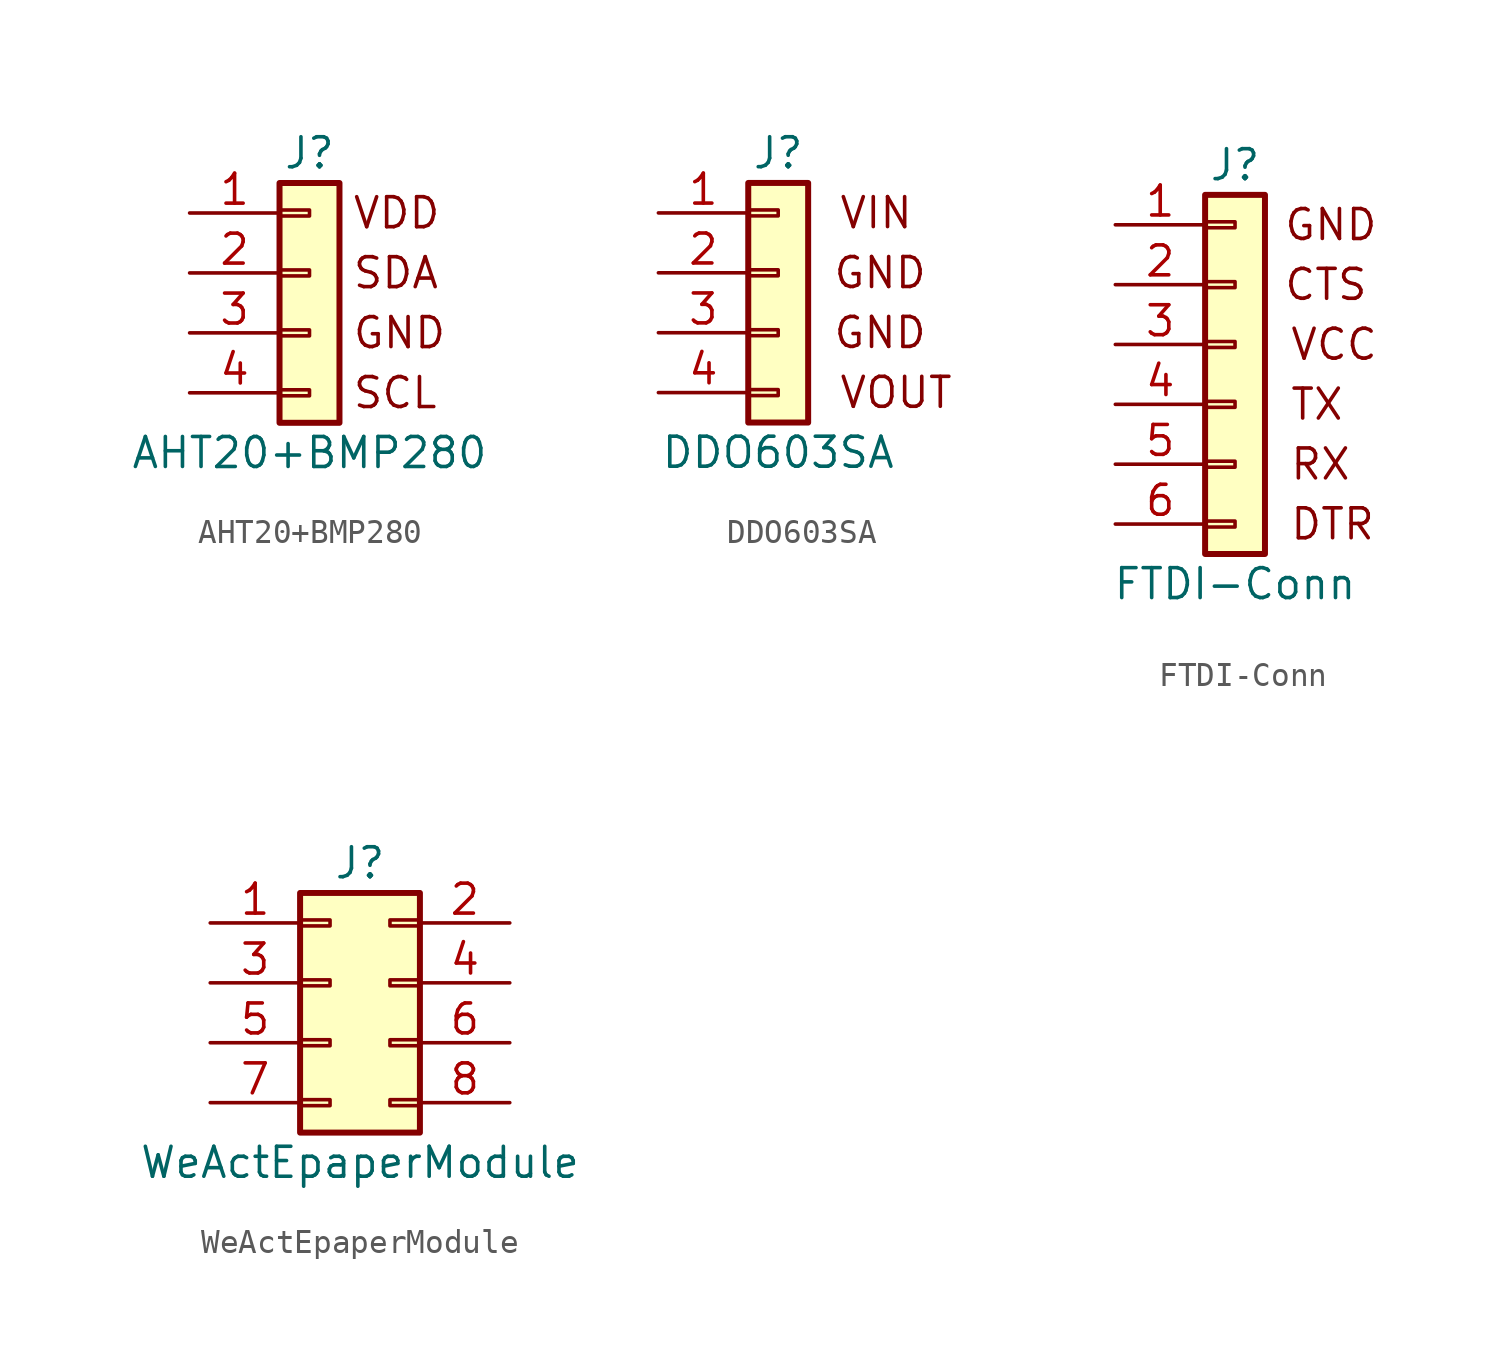
<source format=kicad_sym>
(kicad_symbol_lib
  (version 20241209)
  (generator "kicad_symbol_editor")
  (generator_version "9.0")
  (symbol "AHT20+BMP280"
    (pin_names
      (offset 1.016)
      (hide yes))
    (property "Reference" "J"
      (at 0 5.08 0)
      (effects (font (size 1.27 1.27))))
    (property "Value" "AHT20+BMP280"
      (at 0 -7.62 0)
      (effects (font (size 1.27 1.27))))
    (symbol "AHT20+BMP280_1_1"
      (rectangle (start -1.27 3.81) (end 1.27 -6.35) (stroke (width 0.254) (type default)) (fill (type background)))
      (rectangle (start -1.27 2.667) (end 0 2.413) (stroke (width 0.152) (type default)) (fill (type none)))
      (rectangle (start -1.27 0.127) (end 0 -0.127) (stroke (width 0.152) (type default)) (fill (type none)))
      (rectangle (start -1.27 -2.413) (end 0 -2.667) (stroke (width 0.152) (type default)) (fill (type none)))
      (rectangle (start -1.27 -4.953) (end 0 -5.207) (stroke (width 0.152) (type default)) (fill (type none)))
      (text "VDD" (at 1.778 2.54 0) (effects (font (size 1.27 1.27)) (justify left)))
      (text "SDA" (at 1.778 0 0) (effects (font (size 1.27 1.27)) (justify left)))
      (text "GND" (at 1.778 -2.54 0) (effects (font (size 1.27 1.27)) (justify left)))
      (text "SCL" (at 1.778 -5.08 0) (effects (font (size 1.27 1.27)) (justify left)))
      (pin passive line (at -5.08 2.54 0) (length 3.81) (name "Pin_1" (effects (font (size 1.27 1.27)))) (number "1" (effects (font (size 1.27 1.27)))))
      (pin passive line (at -5.08 0 0) (length 3.81) (name "Pin_2" (effects (font (size 1.27 1.27)))) (number "2" (effects (font (size 1.27 1.27)))))
      (pin passive line (at -5.08 -2.54 0) (length 3.81) (name "Pin_3" (effects (font (size 1.27 1.27)))) (number "3" (effects (font (size 1.27 1.27)))))
      (pin passive line (at -5.08 -5.08 0) (length 3.81) (name "Pin_4" (effects (font (size 1.27 1.27)))) (number "4" (effects (font (size 1.27 1.27)))))))
  (symbol "DDO603SA"
    (pin_names
      (offset 1.016)
      (hide yes))
    (property "Reference" "J"
      (at 0 5.08 0)
      (effects (font (size 1.27 1.27))))
    (property "Value" "DDO603SA"
      (at 0 -7.62 0)
      (effects (font (size 1.27 1.27))))
    (symbol "DDO603SA_1_1"
      (rectangle (start -1.27 3.81) (end 1.27 -6.35) (stroke (width 0.254) (type default)) (fill (type background)))
      (rectangle (start -1.27 2.667) (end 0 2.413) (stroke (width 0.152) (type default)) (fill (type none)))
      (rectangle (start -1.27 0.127) (end 0 -0.127) (stroke (width 0.152) (type default)) (fill (type none)))
      (rectangle (start -1.27 -2.413) (end 0 -2.667) (stroke (width 0.152) (type default)) (fill (type none)))
      (rectangle (start -1.27 -4.953) (end 0 -5.207) (stroke (width 0.152) (type default)) (fill (type none)))
      (text "GND" (at 2.286 0 0) (effects (font (size 1.27 1.27)) (justify left)))
      (text "GND" (at 2.286 -2.54 0) (effects (font (size 1.27 1.27)) (justify left)))
      (text "VIN" (at 2.54 2.54 0) (effects (font (size 1.27 1.27)) (justify left)))
      (text "VOUT" (at 2.54 -5.08 0) (effects (font (size 1.27 1.27)) (justify left)))
      (pin passive line (at -5.08 2.54 0) (length 3.81) (name "Pin_1" (effects (font (size 1.27 1.27)))) (number "1" (effects (font (size 1.27 1.27)))))
      (pin passive line (at -5.08 0 0) (length 3.81) (name "Pin_2" (effects (font (size 1.27 1.27)))) (number "2" (effects (font (size 1.27 1.27)))))
      (pin passive line (at -5.08 -2.54 0) (length 3.81) (name "Pin_3" (effects (font (size 1.27 1.27)))) (number "3" (effects (font (size 1.27 1.27)))))
      (pin passive line (at -5.08 -5.08 0) (length 3.81) (name "Pin_4" (effects (font (size 1.27 1.27)))) (number "4" (effects (font (size 1.27 1.27)))))))
  (symbol "FTDI-Conn"
    (pin_names
      (offset 1.016)
      (hide yes))
    (property "Reference" "J"
      (at 0 7.62 0)
      (effects (font (size 1.27 1.27))))
    (property "Value" "FTDI-Conn"
      (at 0 -10.16 0)
      (effects (font (size 1.27 1.27))))
    (symbol "FTDI-Conn_1_1"
      (rectangle (start -1.27 6.35) (end 1.27 -8.89) (stroke (width 0.254) (type default)) (fill (type background)))
      (rectangle (start -1.27 5.207) (end 0 4.953) (stroke (width 0.152) (type default)) (fill (type none)))
      (rectangle (start -1.27 2.667) (end 0 2.413) (stroke (width 0.152) (type default)) (fill (type none)))
      (rectangle (start -1.27 0.127) (end 0 -0.127) (stroke (width 0.152) (type default)) (fill (type none)))
      (rectangle (start -1.27 -2.413) (end 0 -2.667) (stroke (width 0.152) (type default)) (fill (type none)))
      (rectangle (start -1.27 -4.953) (end 0 -5.207) (stroke (width 0.152) (type default)) (fill (type none)))
      (rectangle (start -1.27 -7.493) (end 0 -7.747) (stroke (width 0.152) (type default)) (fill (type none)))
      (text "GND" (at 2.032 5.08 0) (effects (font (size 1.27 1.27)) (justify left)))
      (text "CTS" (at 2.032 2.54 0) (effects (font (size 1.27 1.27)) (justify left)))
      (text "VCC" (at 2.286 0 0) (effects (font (size 1.27 1.27)) (justify left)))
      (text "TX" (at 2.286 -2.54 0) (effects (font (size 1.27 1.27)) (justify left)))
      (text "RX" (at 2.286 -5.08 0) (effects (font (size 1.27 1.27)) (justify left)))
      (text "DTR" (at 2.286 -7.62 0) (effects (font (size 1.27 1.27)) (justify left)))
      (pin passive line (at -5.08 5.08 0) (length 3.81) (name "Pin_1" (effects (font (size 1.27 1.27)))) (number "1" (effects (font (size 1.27 1.27)))))
      (pin passive line (at -5.08 2.54 0) (length 3.81) (name "Pin_2" (effects (font (size 1.27 1.27)))) (number "2" (effects (font (size 1.27 1.27)))))
      (pin passive line (at -5.08 0 0) (length 3.81) (name "Pin_3" (effects (font (size 1.27 1.27)))) (number "3" (effects (font (size 1.27 1.27)))))
      (pin passive line (at -5.08 -2.54 0) (length 3.81) (name "Pin_4" (effects (font (size 1.27 1.27)))) (number "4" (effects (font (size 1.27 1.27)))))
      (pin passive line (at -5.08 -5.08 0) (length 3.81) (name "Pin_5" (effects (font (size 1.27 1.27)))) (number "5" (effects (font (size 1.27 1.27)))))
      (pin passive line (at -5.08 -7.62 0) (length 3.81) (name "Pin_6" (effects (font (size 1.27 1.27)))) (number "6" (effects (font (size 1.27 1.27)))))))
  (symbol "WeActEpaperModule"
    (pin_names
      (offset 1.016)
      (hide yes))
    (property "Reference" "J"
      (at 1.27 5.08 0)
      (effects (font (size 1.27 1.27))))
    (property "Value" "WeActEpaperModule"
      (at 1.27 -7.62 0)
      (effects (font (size 1.27 1.27))))
    (symbol "WeActEpaperModule_1_1"
      (rectangle (start -1.27 3.81) (end 3.81 -6.35) (stroke (width 0.254) (type default)) (fill (type background)))
      (rectangle (start -1.27 2.667) (end 0 2.413) (stroke (width 0.152) (type default)) (fill (type none)))
      (rectangle (start -1.27 0.127) (end 0 -0.127) (stroke (width 0.152) (type default)) (fill (type none)))
      (rectangle (start -1.27 -2.413) (end 0 -2.667) (stroke (width 0.152) (type default)) (fill (type none)))
      (rectangle (start -1.27 -4.953) (end 0 -5.207) (stroke (width 0.152) (type default)) (fill (type none)))
      (rectangle (start 3.81 2.667) (end 2.54 2.413) (stroke (width 0.152) (type default)) (fill (type none)))
      (rectangle (start 3.81 0.127) (end 2.54 -0.127) (stroke (width 0.152) (type default)) (fill (type none)))
      (rectangle (start 3.81 -2.413) (end 2.54 -2.667) (stroke (width 0.152) (type default)) (fill (type none)))
      (rectangle (start 3.81 -4.953) (end 2.54 -5.207) (stroke (width 0.152) (type default)) (fill (type none)))
      (pin passive line (at -5.08 2.54 0) (length 3.81) (name "Pin_1" (effects (font (size 1.27 1.27)))) (number "1" (effects (font (size 1.27 1.27)))))
      (pin passive line (at -5.08 0 0) (length 3.81) (name "Pin_3" (effects (font (size 1.27 1.27)))) (number "3" (effects (font (size 1.27 1.27)))))
      (pin passive line (at -5.08 -2.54 0) (length 3.81) (name "Pin_5" (effects (font (size 1.27 1.27)))) (number "5" (effects (font (size 1.27 1.27)))))
      (pin passive line (at -5.08 -5.08 0) (length 3.81) (name "Pin_7" (effects (font (size 1.27 1.27)))) (number "7" (effects (font (size 1.27 1.27)))))
      (pin passive line (at 7.62 2.54 180) (length 3.81) (name "Pin_2" (effects (font (size 1.27 1.27)))) (number "2" (effects (font (size 1.27 1.27)))))
      (pin passive line (at 7.62 0 180) (length 3.81) (name "Pin_4" (effects (font (size 1.27 1.27)))) (number "4" (effects (font (size 1.27 1.27)))))
      (pin passive line (at 7.62 -2.54 180) (length 3.81) (name "Pin_6" (effects (font (size 1.27 1.27)))) (number "6" (effects (font (size 1.27 1.27)))))
      (pin passive line (at 7.62 -5.08 180) (length 3.81) (name "Pin_8" (effects (font (size 1.27 1.27)))) (number "8" (effects (font (size 1.27 1.27))))))))
</source>
